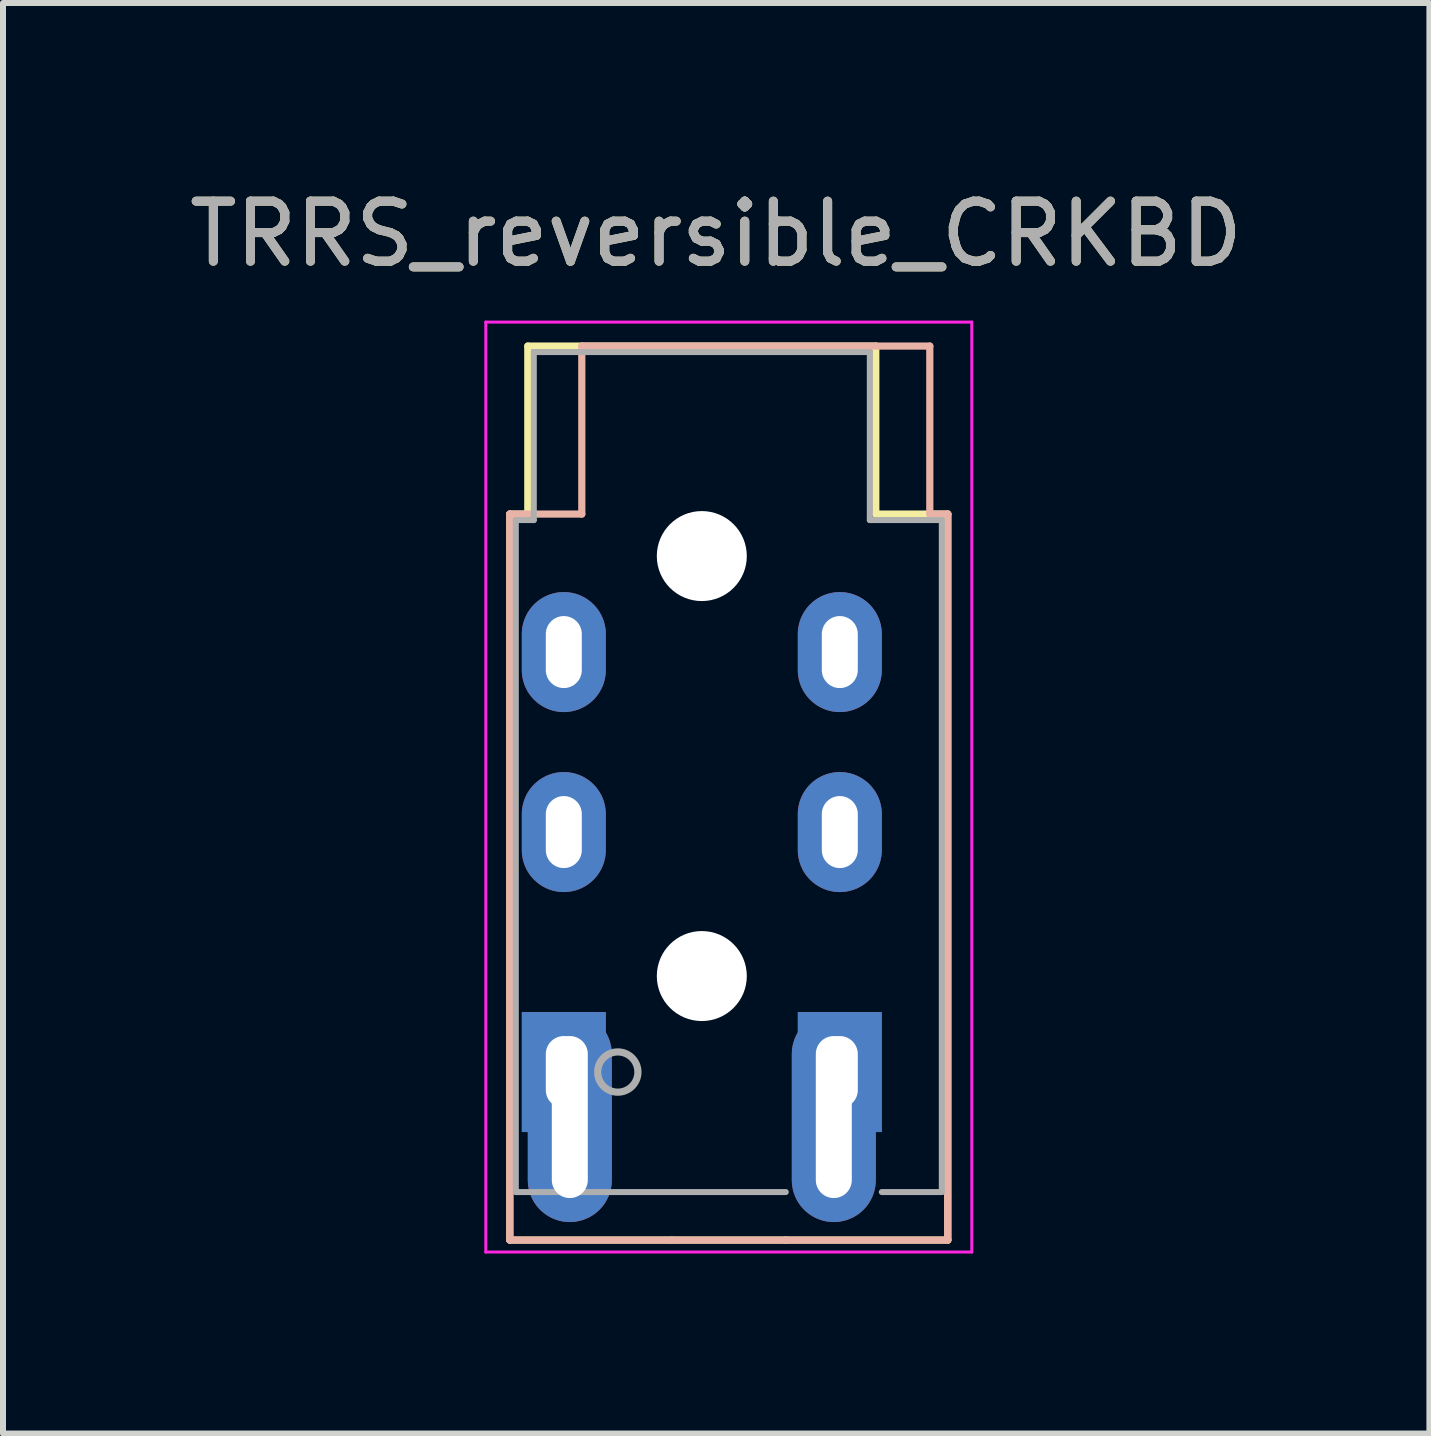
<source format=kicad_pcb>
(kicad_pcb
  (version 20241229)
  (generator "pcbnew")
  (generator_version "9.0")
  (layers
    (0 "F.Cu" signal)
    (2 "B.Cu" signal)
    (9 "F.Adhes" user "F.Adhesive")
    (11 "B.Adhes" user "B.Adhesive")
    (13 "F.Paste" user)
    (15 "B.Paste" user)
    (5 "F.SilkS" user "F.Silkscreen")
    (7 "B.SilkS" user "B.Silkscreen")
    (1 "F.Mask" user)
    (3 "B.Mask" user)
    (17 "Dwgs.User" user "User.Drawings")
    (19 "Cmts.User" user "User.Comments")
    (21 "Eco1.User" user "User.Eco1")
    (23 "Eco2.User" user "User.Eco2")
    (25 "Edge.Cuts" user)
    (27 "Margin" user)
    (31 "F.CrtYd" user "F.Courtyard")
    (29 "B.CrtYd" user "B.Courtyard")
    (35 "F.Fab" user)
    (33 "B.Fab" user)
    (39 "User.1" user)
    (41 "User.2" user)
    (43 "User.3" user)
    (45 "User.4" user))
  (footprint "TRRS_reversible_CRKBD"
    (layer "F.Cu")
    (at 6.347 14.818)
    (property "Reference" "TRRS_reversible_CRKBD" (at 2.54 -13.97 180) (layer "F.SilkS") (effects (font (size 1 1) (thickness 0.15))))
    (attr through_hole)
    (fp_line (start -0.9 -9.3) (end -0.9 2.8) (stroke (width 0.12) (type solid)) (layer "F.SilkS"))
    (fp_line (start -0.9 -9.3) (end -0.6 -9.3) (stroke (width 0.12) (type solid)) (layer "F.SilkS"))
    (fp_line (start -0.9 2.8) (end 3.7 2.8) (stroke (width 0.12) (type solid)) (layer "F.SilkS"))
    (fp_line (start -0.6 -9.3) (end -0.6 -12.1) (stroke (width 0.12) (type solid)) (layer "F.SilkS"))
    (fp_line (start 5.2 -12.1) (end -0.6 -12.1) (stroke (width 0.12) (type solid)) (layer "F.SilkS"))
    (fp_line (start 5.2 -9.3) (end 5.2 -12.1) (stroke (width 0.12) (type solid)) (layer "F.SilkS"))
    (fp_line (start 5.2 -9.3) (end 6.4 -9.3) (stroke (width 0.12) (type solid)) (layer "F.SilkS"))
    (fp_line (start 6.4 -9.3) (end 6.4 2.8) (stroke (width 0.12) (type solid)) (layer "F.SilkS"))
    (fp_line (start 6.4 2.8) (end 3.7 2.8) (stroke (width 0.12) (type solid)) (layer "F.SilkS"))
    (fp_line (start -0.9 -9.3) (end -0.9 2.8) (stroke (width 0.12) (type solid)) (layer "B.SilkS"))
    (fp_line (start -0.9 2.8) (end 1.8 2.8) (stroke (width 0.12) (type solid)) (layer "B.SilkS"))
    (fp_line (start 0.3 -12.1) (end 6.1 -12.1) (stroke (width 0.12) (type solid)) (layer "B.SilkS"))
    (fp_line (start 0.3 -9.3) (end -0.9 -9.3) (stroke (width 0.12) (type solid)) (layer "B.SilkS"))
    (fp_line (start 0.3 -9.3) (end 0.3 -12.1) (stroke (width 0.12) (type solid)) (layer "B.SilkS"))
    (fp_line (start 6.1 -9.3) (end 6.1 -12.1) (stroke (width 0.12) (type solid)) (layer "B.SilkS"))
    (fp_line (start 6.4 -9.3) (end 6.1 -9.3) (stroke (width 0.12) (type solid)) (layer "B.SilkS"))
    (fp_line (start 6.4 -9.3) (end 6.4 2.8) (stroke (width 0.12) (type solid)) (layer "B.SilkS"))
    (fp_line (start 6.4 2.8) (end 1.8 2.8) (stroke (width 0.12) (type solid)) (layer "B.SilkS"))
    (fp_line (start -1.3 -12.5) (end -1.3 3) (stroke (width 0.05) (type solid)) (layer "F.CrtYd"))
    (fp_line (start -1.3 -12.5) (end 6.8 -12.5) (stroke (width 0.05) (type solid)) (layer "F.CrtYd"))
    (fp_line (start -1.3 3) (end 6.8 3) (stroke (width 0.05) (type solid)) (layer "F.CrtYd"))
    (fp_line (start 6.8 -12.5) (end 6.8 3) (stroke (width 0.05) (type solid)) (layer "F.CrtYd"))
    (fp_line (start -0.8 -9.2) (end -0.5 -9.2) (stroke (width 0.1) (type solid)) (layer "F.Fab"))
    (fp_line (start -0.8 2) (end -0.8 -9.2) (stroke (width 0.1) (type solid)) (layer "F.Fab"))
    (fp_line (start -0.5 -12) (end 5.1 -12) (stroke (width 0.1) (type solid)) (layer "F.Fab"))
    (fp_line (start -0.5 -9.2) (end -0.5 -12) (stroke (width 0.1) (type solid)) (layer "F.Fab"))
    (fp_line (start 3.7 2) (end -0.8 2) (stroke (width 0.1) (type solid)) (layer "F.Fab"))
    (fp_line (start 5.1 -12) (end 5.1 -9.2) (stroke (width 0.1) (type solid)) (layer "F.Fab"))
    (fp_line (start 5.1 -9.2) (end 6.3 -9.2) (stroke (width 0.1) (type solid)) (layer "F.Fab"))
    (fp_line (start 6.3 -9.2) (end 6.3 2) (stroke (width 0.1) (type solid)) (layer "F.Fab"))
    (fp_line (start 6.3 2) (end 5.3 2) (stroke (width 0.1) (type solid)) (layer "F.Fab"))
    (fp_circle (center 0.9 0) (end 1.2 0.15) (stroke (width 0.12) (type solid)) (fill no) (layer "F.Fab"))
    (fp_text user "${REFERENCE}" (at 2.54 -13.97 180) (layer "F.Fab") (effects (font (size 1 1) (thickness 0.15))))
    (pad "" np_thru_hole oval (at 2.3 -8.6 270) (size 1.5 1.5) (drill oval 1.5) (layers "*.Cu" "*.Mask"))
    (pad "" np_thru_hole oval (at 2.3 -1.6 270) (size 1.5 1.5) (drill oval 1.5) (layers "*.Cu" "*.Mask"))
    (pad "R1" thru_hole oval (at 0 -4 270) (size 2 1.4) (drill oval 1.2 0.6) (layers "*.Cu" "*.Mask"))
    (pad "R1" thru_hole oval (at 4.6 -4 270) (size 2 1.4) (drill oval 1.2 0.6) (layers "*.Cu" "*.Mask"))
    (pad "R2" thru_hole oval (at 0 -7 270) (size 2 1.4) (drill oval 1.2 0.6) (layers "*.Cu" "*.Mask"))
    (pad "R2" thru_hole oval (at 4.6 -7 270) (size 2 1.4) (drill oval 1.2 0.6) (layers "*.Cu" "*.Mask"))
    (pad "T" thru_hole rect (at 0 0 270) (size 2 1.4) (drill oval 1.2 0.6) (layers "*.Cu" "*.Mask"))
    (pad "T" thru_hole oval (at 0.1 0.75 270) (size 3.5 1.4) (drill oval 2.7 0.6) (layers "*.Cu" "*.Mask"))
    (pad "T" thru_hole oval (at 4.5 0.75 270) (size 3.5 1.4) (drill oval 2.7 0.6) (layers "*.Cu" "*.Mask"))
    (pad "T" thru_hole rect (at 4.6 0 270) (size 2 1.4) (drill oval 1.2 0.6) (layers "*.Cu" "*.Mask")))
  (gr_rect
    (start -3 -3)
    (end 20.774 20.843)
    (stroke (width 0.1) (type default))
    (fill no)
    (layer "Edge.Cuts")))
</source>
